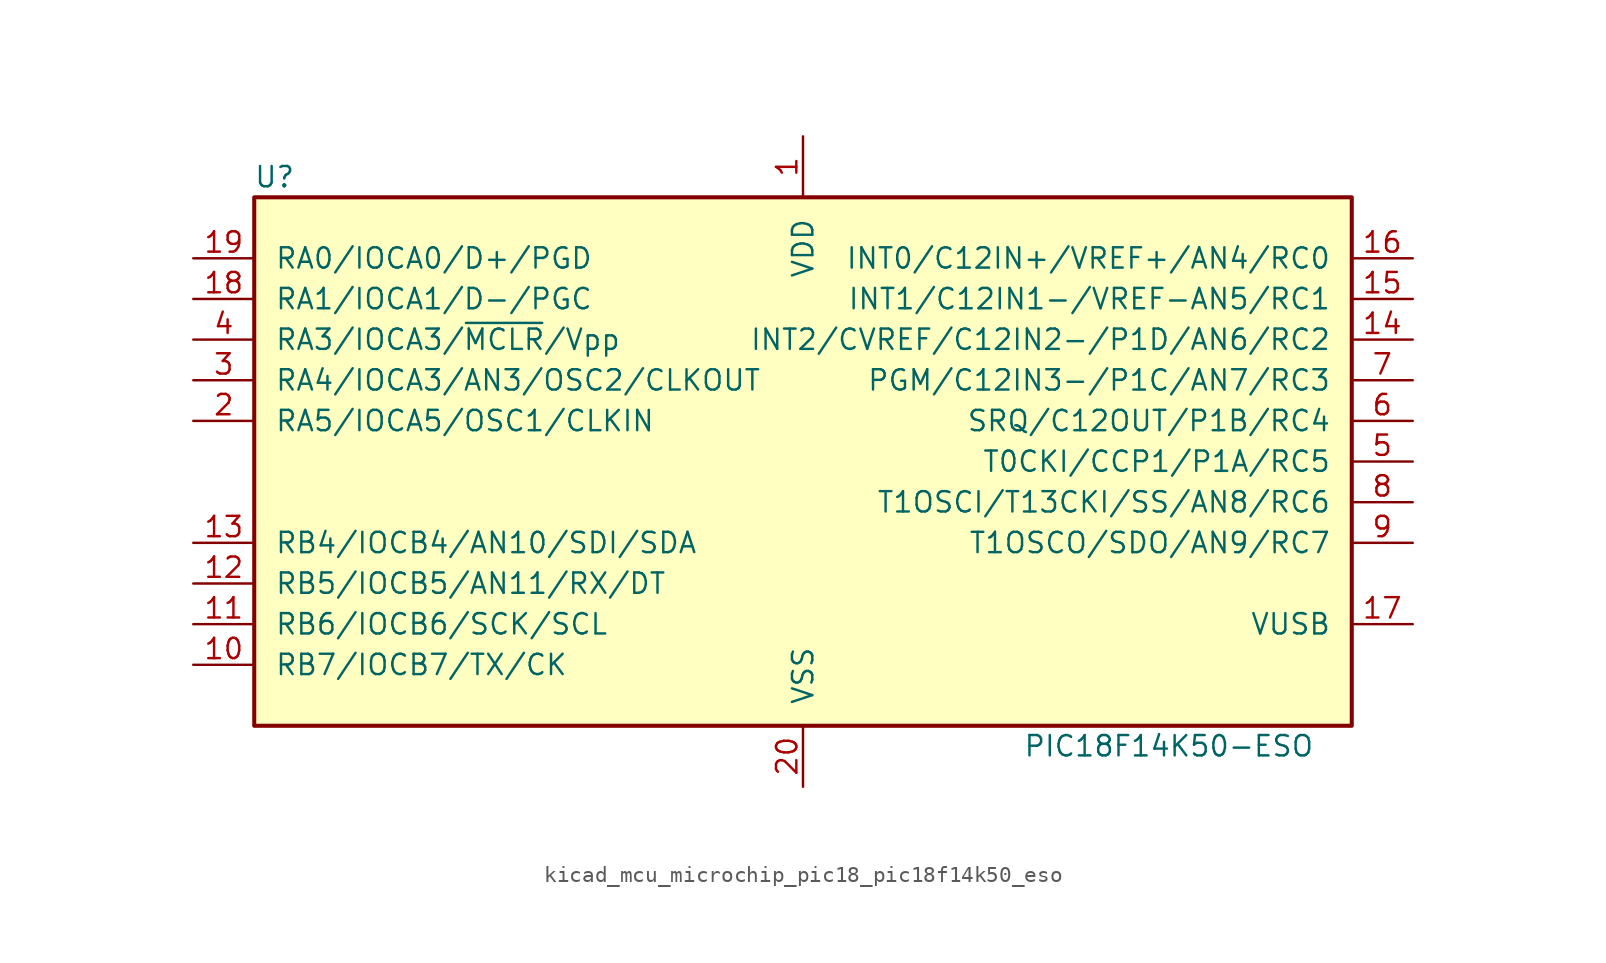
<source format=kicad_sym>
(kicad_symbol_lib
  (version 20220914)
  (generator kicad_symbol_editor)
  (symbol "kicad_mcu_microchip_pic18_pic18f14k50_eso"
    (pin_names
      (offset 1.27))
    (property "Reference" "U"
      (at -33.02 17.78 0)
      (effects (font (size 1.27 1.27))))
    (property "Value" "PIC18F14K50-ESO"
      (at 22.86 -17.78 0)
      (effects (font (size 1.27 1.27))))
    (symbol "kicad_mcu_microchip_pic18_pic18f14k50_eso_0_1"
      (rectangle (start -34.29 16.51) (end 34.29 -16.51) (stroke (width 0.254) (type default)) (fill (type background))))
    (symbol "kicad_mcu_microchip_pic18_pic18f14k50_eso_1_1"
      (pin power_in line (at 0 20.32 270) (length 3.81) (name "VDD" (effects (font (size 1.27 1.27)))) (number "1" (effects (font (size 1.27 1.27)))))
      (pin bidirectional line (at -38.1 -12.7 0) (length 3.81) (name "RB7/IOCB7/TX/CK" (effects (font (size 1.27 1.27)))) (number "10" (effects (font (size 1.27 1.27)))))
      (pin bidirectional line (at -38.1 -10.16 0) (length 3.81) (name "RB6/IOCB6/SCK/SCL" (effects (font (size 1.27 1.27)))) (number "11" (effects (font (size 1.27 1.27)))))
      (pin bidirectional line (at -38.1 -7.62 0) (length 3.81) (name "RB5/IOCB5/AN11/RX/DT" (effects (font (size 1.27 1.27)))) (number "12" (effects (font (size 1.27 1.27)))))
      (pin bidirectional line (at -38.1 -5.08 0) (length 3.81) (name "RB4/IOCB4/AN10/SDI/SDA" (effects (font (size 1.27 1.27)))) (number "13" (effects (font (size 1.27 1.27)))))
      (pin bidirectional line (at 38.1 7.62 180) (length 3.81) (name "INT2/CVREF/C12IN2-/P1D/AN6/RC2" (effects (font (size 1.27 1.27)))) (number "14" (effects (font (size 1.27 1.27)))))
      (pin bidirectional line (at 38.1 10.16 180) (length 3.81) (name "INT1/C12IN1-/VREF-AN5/RC1" (effects (font (size 1.27 1.27)))) (number "15" (effects (font (size 1.27 1.27)))))
      (pin bidirectional line (at 38.1 12.7 180) (length 3.81) (name "INT0/C12IN+/VREF+/AN4/RC0" (effects (font (size 1.27 1.27)))) (number "16" (effects (font (size 1.27 1.27)))))
      (pin passive line (at 38.1 -10.16 180) (length 3.81) (name "VUSB" (effects (font (size 1.27 1.27)))) (number "17" (effects (font (size 1.27 1.27)))))
      (pin bidirectional line (at -38.1 10.16 0) (length 3.81) (name "RA1/IOCA1/D-/PGC" (effects (font (size 1.27 1.27)))) (number "18" (effects (font (size 1.27 1.27)))))
      (pin bidirectional line (at -38.1 12.7 0) (length 3.81) (name "RA0/IOCA0/D+/PGD" (effects (font (size 1.27 1.27)))) (number "19" (effects (font (size 1.27 1.27)))))
      (pin bidirectional line (at -38.1 2.54 0) (length 3.81) (name "RA5/IOCA5/OSC1/CLKIN" (effects (font (size 1.27 1.27)))) (number "2" (effects (font (size 1.27 1.27)))))
      (pin power_in line (at 0 -20.32 90) (length 3.81) (name "VSS" (effects (font (size 1.27 1.27)))) (number "20" (effects (font (size 1.27 1.27)))))
      (pin bidirectional line (at -38.1 5.08 0) (length 3.81) (name "RA4/IOCA3/AN3/OSC2/CLKOUT" (effects (font (size 1.27 1.27)))) (number "3" (effects (font (size 1.27 1.27)))))
      (pin input line (at -38.1 7.62 0) (length 3.81) (name "RA3/IOCA3/~{MCLR}/Vpp" (effects (font (size 1.27 1.27)))) (number "4" (effects (font (size 1.27 1.27)))))
      (pin bidirectional line (at 38.1 0 180) (length 3.81) (name "T0CKI/CCP1/P1A/RC5" (effects (font (size 1.27 1.27)))) (number "5" (effects (font (size 1.27 1.27)))))
      (pin bidirectional line (at 38.1 2.54 180) (length 3.81) (name "SRQ/C12OUT/P1B/RC4" (effects (font (size 1.27 1.27)))) (number "6" (effects (font (size 1.27 1.27)))))
      (pin bidirectional line (at 38.1 5.08 180) (length 3.81) (name "PGM/C12IN3-/P1C/AN7/RC3" (effects (font (size 1.27 1.27)))) (number "7" (effects (font (size 1.27 1.27)))))
      (pin bidirectional line (at 38.1 -2.54 180) (length 3.81) (name "T1OSCI/T13CKI/SS/AN8/RC6" (effects (font (size 1.27 1.27)))) (number "8" (effects (font (size 1.27 1.27)))))
      (pin bidirectional line (at 38.1 -5.08 180) (length 3.81) (name "T1OSCO/SDO/AN9/RC7" (effects (font (size 1.27 1.27)))) (number "9" (effects (font (size 1.27 1.27))))))))
</source>
